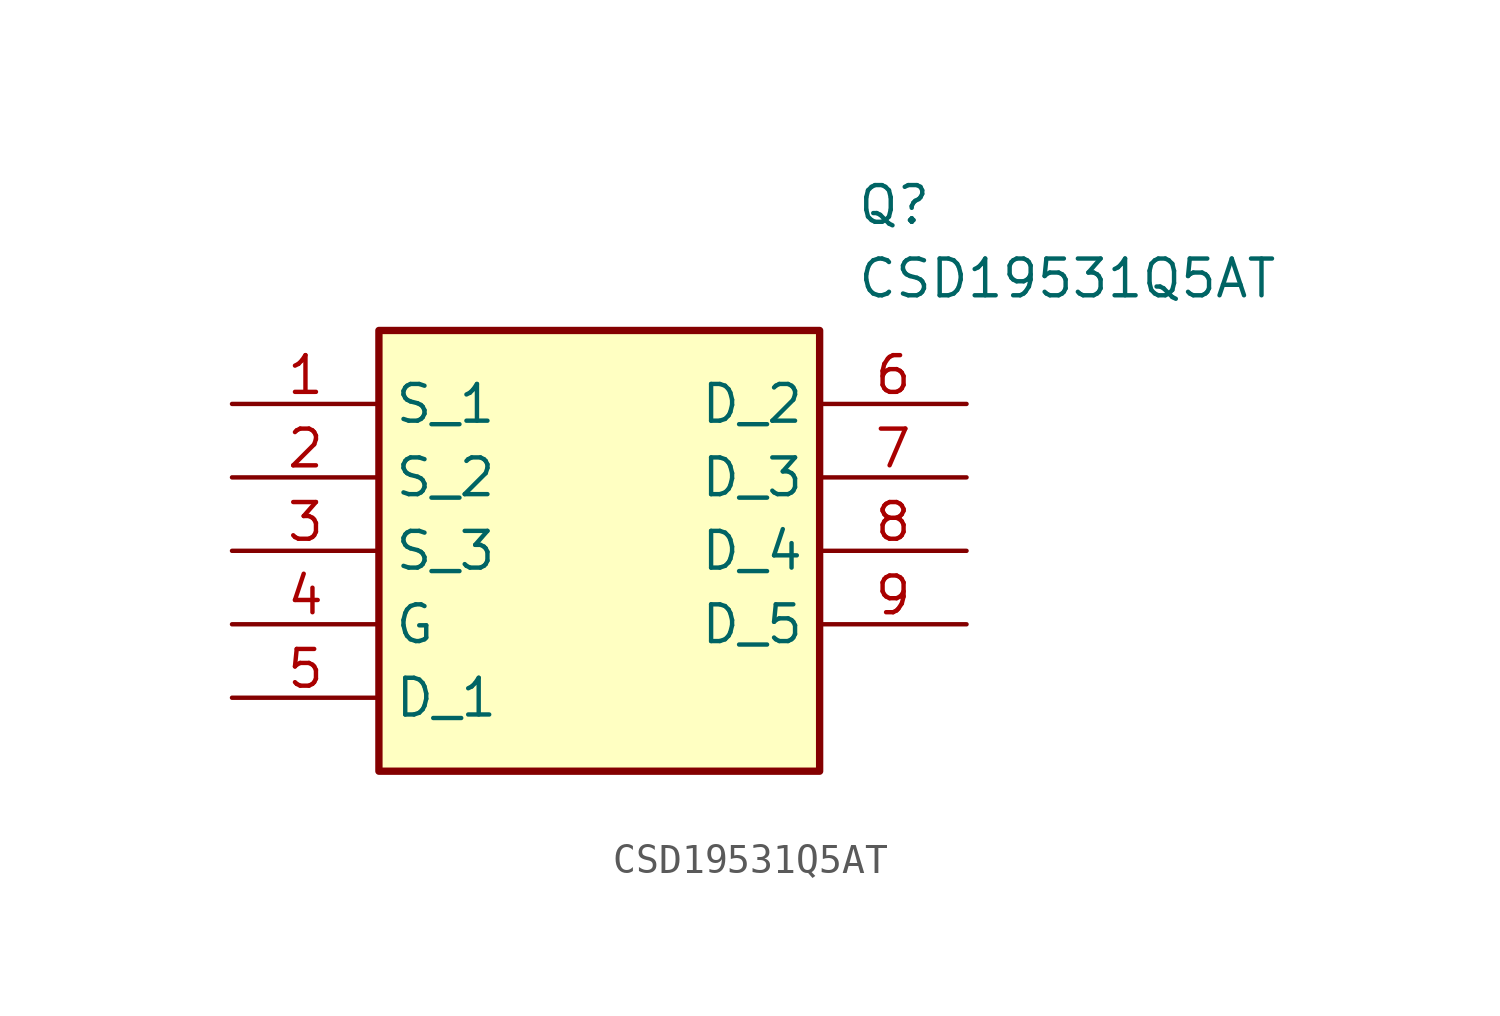
<source format=kicad_sym>
(kicad_symbol_lib
  (version 20211014)
  (generator SamacSys_ECAD_Model)
  (symbol "CSD19531Q5AT"
    (property "Reference" "Q"
      (at 21.59 7.62 0)
      (effects (font (size 1.27 1.27)) (justify left top)))
    (property "Value" "CSD19531Q5AT"
      (at 21.59 5.08 0)
      (effects (font (size 1.27 1.27)) (justify left top)))
    (rectangle
      (start 5.08 2.54)
      (end 20.32 -12.7)
      (stroke (width 0.254) (type default))
      (fill (type background)))
    (pin passive line
      (at 0 0 0)
      (length 5.08)
      (name "S_1" (effects (font (size 1.27 1.27))))
      (number "1" (effects (font (size 1.27 1.27)))))
    (pin passive line
      (at 0 -2.54 0)
      (length 5.08)
      (name "S_2" (effects (font (size 1.27 1.27))))
      (number "2" (effects (font (size 1.27 1.27)))))
    (pin passive line
      (at 0 -5.08 0)
      (length 5.08)
      (name "S_3" (effects (font (size 1.27 1.27))))
      (number "3" (effects (font (size 1.27 1.27)))))
    (pin passive line
      (at 0 -7.62 0)
      (length 5.08)
      (name "G" (effects (font (size 1.27 1.27))))
      (number "4" (effects (font (size 1.27 1.27)))))
    (pin passive line
      (at 0 -10.16 0)
      (length 5.08)
      (name "D_1" (effects (font (size 1.27 1.27))))
      (number "5" (effects (font (size 1.27 1.27)))))
    (pin passive line
      (at 25.4 0 180)
      (length 5.08)
      (name "D_2" (effects (font (size 1.27 1.27))))
      (number "6" (effects (font (size 1.27 1.27)))))
    (pin passive line
      (at 25.4 -2.54 180)
      (length 5.08)
      (name "D_3" (effects (font (size 1.27 1.27))))
      (number "7" (effects (font (size 1.27 1.27)))))
    (pin passive line
      (at 25.4 -5.08 180)
      (length 5.08)
      (name "D_4" (effects (font (size 1.27 1.27))))
      (number "8" (effects (font (size 1.27 1.27)))))
    (pin passive line
      (at 25.4 -7.62 180)
      (length 5.08)
      (name "D_5" (effects (font (size 1.27 1.27))))
      (number "9" (effects (font (size 1.27 1.27)))))))
</source>
